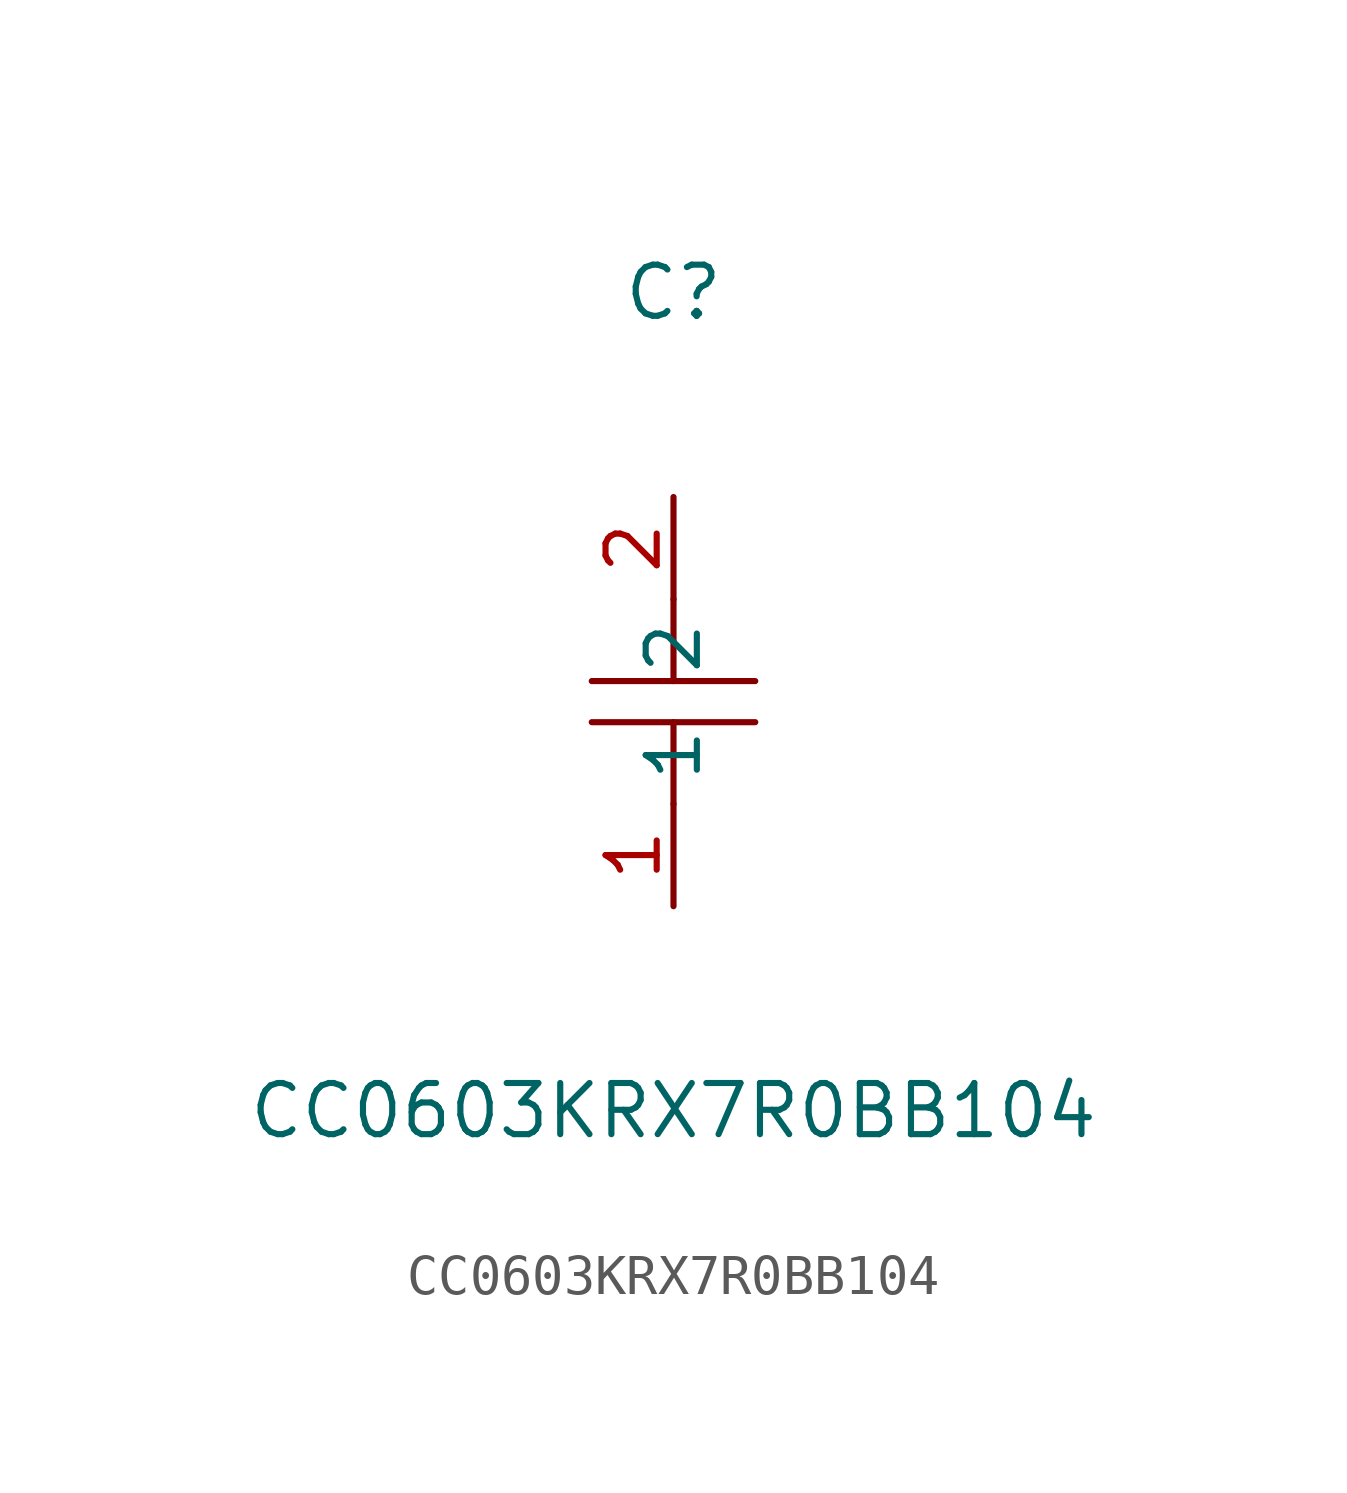
<source format=kicad_sym>
(kicad_symbol_lib
  (version 1)
  (generator "faebryk")
  (symbol "CC0603KRX7R0BB104"
    (property "Reference" "C"
      (at 0 10.16 0)
      (effects (font (size 1.27 1.27)) (hide no)))
    (property "Value" "CC0603KRX7R0BB104"
      (at 0 -10.16 0)
      (effects (font (size 1.27 1.27)) (hide no)))
    (symbol "CC0603KRX7R0BB104_0_1"
      (polyline (stroke (width 0) (type default) (color 0 0 0 0)) (fill (type none)) (pts (xy 2.03 -0.51) (xy -2.03 -0.51)))
      (polyline (stroke (width 0) (type default) (color 0 0 0 0)) (fill (type none)) (pts (xy 0 2.54) (xy 0 0.51)))
      (polyline (stroke (width 0) (type default) (color 0 0 0 0)) (fill (type none)) (pts (xy -2.03 0.51) (xy 2.03 0.51)))
      (polyline (stroke (width 0) (type default) (color 0 0 0 0)) (fill (type none)) (pts (xy 0 -0.51) (xy 0 -2.54)))
      (pin unspecified line (at 0 -5.08 90) (length 2.54) (name "1" (effects (font (size 1.27 1.27)) (hide no))) (number "1" (effects (font (size 1.27 1.27)) (hide no))))
      (pin unspecified line (at 0 5.08 270) (length 2.54) (name "2" (effects (font (size 1.27 1.27)) (hide no))) (number "2" (effects (font (size 1.27 1.27)) (hide no)))))))
</source>
